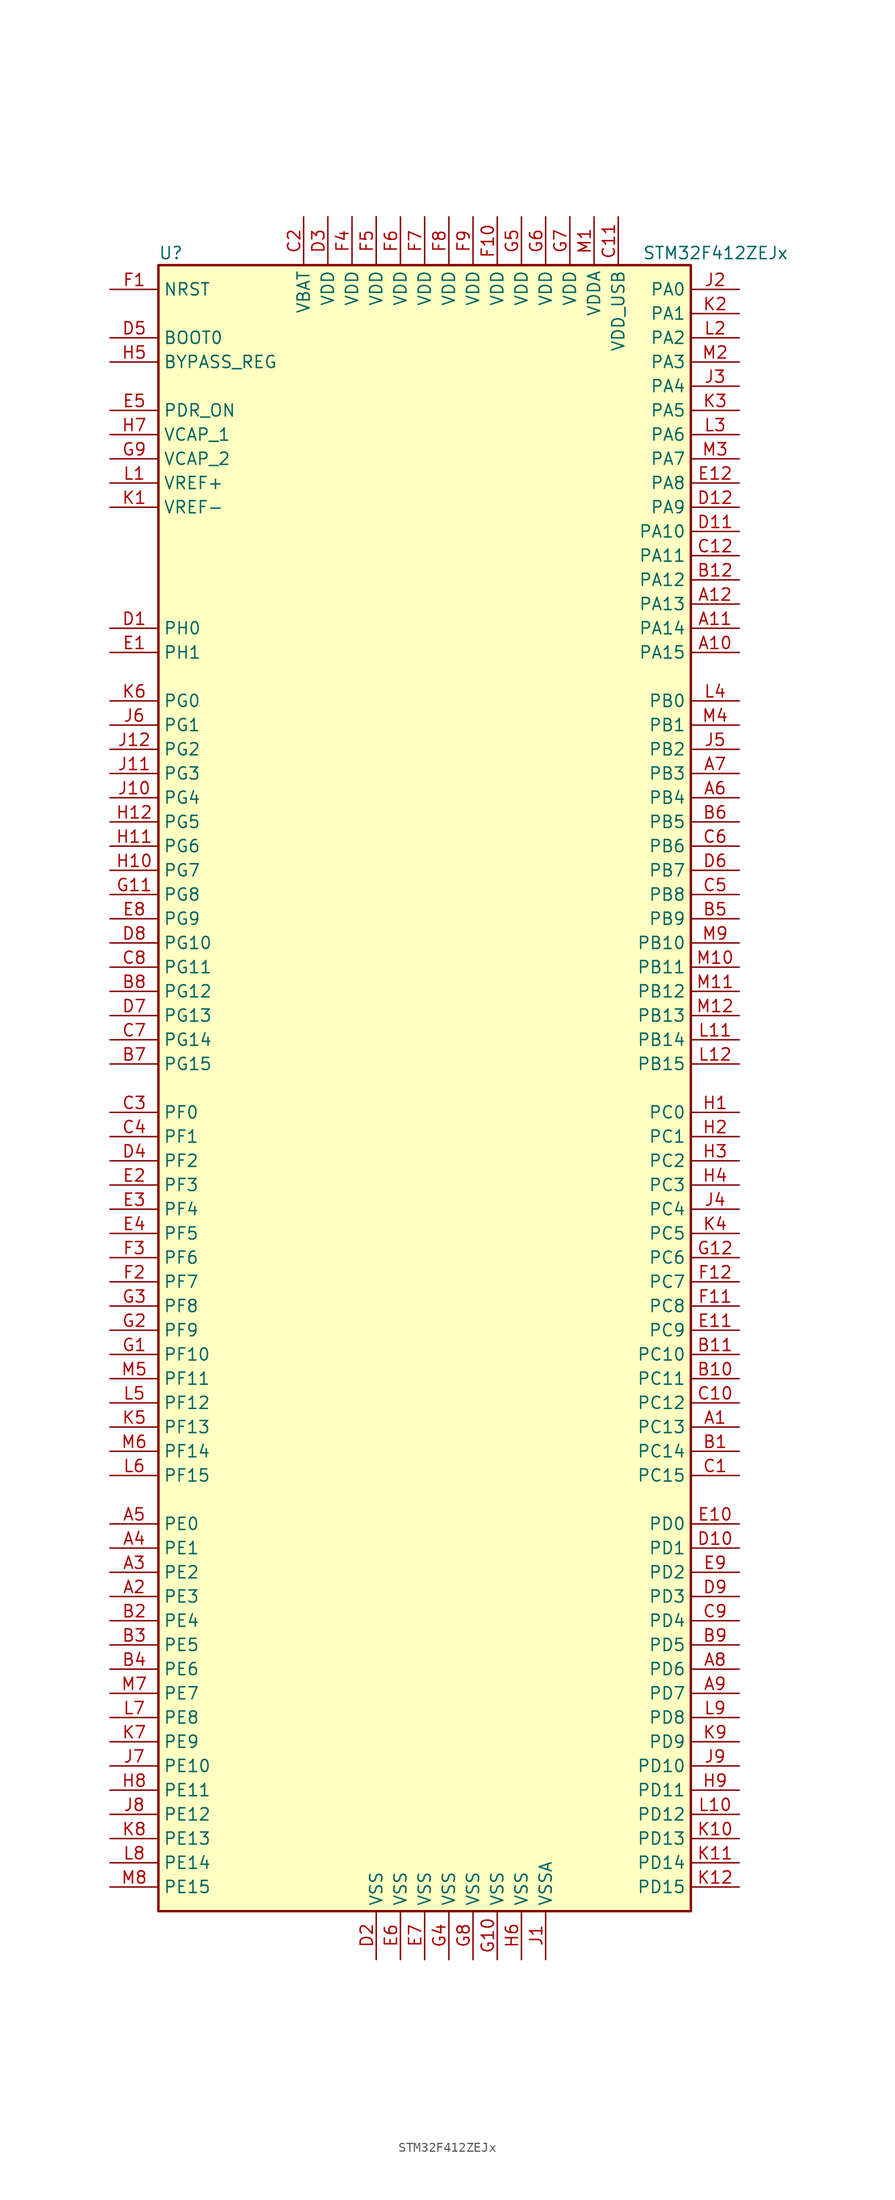
<source format=kicad_sym>
(kicad_symbol_lib
  (version 20220914)
  (generator kicad_symbol_editor)
  (symbol "STM32F412ZEJx"
    (property "Reference" "U"
      (at -27.94 87.63 0)
      (effects (font (size 1.27 1.27)) (justify left)))
    (property "Value" "STM32F412ZEJx"
      (at 22.86 87.63 0)
      (effects (font (size 1.27 1.27)) (justify left)))
    (symbol "STM32F412ZEJx_0_1"
      (rectangle (start -27.94 -86.36) (end 27.94 86.36) (stroke (width 0.254) (type default)) (fill (type background))))
    (symbol "STM32F412ZEJx_1_1"
      (pin bidirectional line (at 33.02 -35.56 180) (length 5.08) (name "PC13" (effects (font (size 1.27 1.27)))) (number "A1" (effects (font (size 1.27 1.27)))))
      (pin bidirectional line (at 33.02 45.72 180) (length 5.08) (name "PA15" (effects (font (size 1.27 1.27)))) (number "A10" (effects (font (size 1.27 1.27)))))
      (pin bidirectional line (at 33.02 48.26 180) (length 5.08) (name "PA14" (effects (font (size 1.27 1.27)))) (number "A11" (effects (font (size 1.27 1.27)))))
      (pin bidirectional line (at 33.02 50.8 180) (length 5.08) (name "PA13" (effects (font (size 1.27 1.27)))) (number "A12" (effects (font (size 1.27 1.27)))))
      (pin bidirectional line (at -33.02 -53.34 0) (length 5.08) (name "PE3" (effects (font (size 1.27 1.27)))) (number "A2" (effects (font (size 1.27 1.27)))))
      (pin bidirectional line (at -33.02 -50.8 0) (length 5.08) (name "PE2" (effects (font (size 1.27 1.27)))) (number "A3" (effects (font (size 1.27 1.27)))))
      (pin bidirectional line (at -33.02 -48.26 0) (length 5.08) (name "PE1" (effects (font (size 1.27 1.27)))) (number "A4" (effects (font (size 1.27 1.27)))))
      (pin bidirectional line (at -33.02 -45.72 0) (length 5.08) (name "PE0" (effects (font (size 1.27 1.27)))) (number "A5" (effects (font (size 1.27 1.27)))))
      (pin bidirectional line (at 33.02 30.48 180) (length 5.08) (name "PB4" (effects (font (size 1.27 1.27)))) (number "A6" (effects (font (size 1.27 1.27)))))
      (pin bidirectional line (at 33.02 33.02 180) (length 5.08) (name "PB3" (effects (font (size 1.27 1.27)))) (number "A7" (effects (font (size 1.27 1.27)))))
      (pin bidirectional line (at 33.02 -60.96 180) (length 5.08) (name "PD6" (effects (font (size 1.27 1.27)))) (number "A8" (effects (font (size 1.27 1.27)))))
      (pin bidirectional line (at 33.02 -63.5 180) (length 5.08) (name "PD7" (effects (font (size 1.27 1.27)))) (number "A9" (effects (font (size 1.27 1.27)))))
      (pin bidirectional line (at 33.02 -38.1 180) (length 5.08) (name "PC14" (effects (font (size 1.27 1.27)))) (number "B1" (effects (font (size 1.27 1.27)))))
      (pin bidirectional line (at 33.02 -30.48 180) (length 5.08) (name "PC11" (effects (font (size 1.27 1.27)))) (number "B10" (effects (font (size 1.27 1.27)))))
      (pin bidirectional line (at 33.02 -27.94 180) (length 5.08) (name "PC10" (effects (font (size 1.27 1.27)))) (number "B11" (effects (font (size 1.27 1.27)))))
      (pin bidirectional line (at 33.02 53.34 180) (length 5.08) (name "PA12" (effects (font (size 1.27 1.27)))) (number "B12" (effects (font (size 1.27 1.27)))))
      (pin bidirectional line (at -33.02 -55.88 0) (length 5.08) (name "PE4" (effects (font (size 1.27 1.27)))) (number "B2" (effects (font (size 1.27 1.27)))))
      (pin bidirectional line (at -33.02 -58.42 0) (length 5.08) (name "PE5" (effects (font (size 1.27 1.27)))) (number "B3" (effects (font (size 1.27 1.27)))))
      (pin bidirectional line (at -33.02 -60.96 0) (length 5.08) (name "PE6" (effects (font (size 1.27 1.27)))) (number "B4" (effects (font (size 1.27 1.27)))))
      (pin bidirectional line (at 33.02 17.78 180) (length 5.08) (name "PB9" (effects (font (size 1.27 1.27)))) (number "B5" (effects (font (size 1.27 1.27)))))
      (pin bidirectional line (at 33.02 27.94 180) (length 5.08) (name "PB5" (effects (font (size 1.27 1.27)))) (number "B6" (effects (font (size 1.27 1.27)))))
      (pin bidirectional line (at -33.02 2.54 0) (length 5.08) (name "PG15" (effects (font (size 1.27 1.27)))) (number "B7" (effects (font (size 1.27 1.27)))))
      (pin bidirectional line (at -33.02 10.16 0) (length 5.08) (name "PG12" (effects (font (size 1.27 1.27)))) (number "B8" (effects (font (size 1.27 1.27)))))
      (pin bidirectional line (at 33.02 -58.42 180) (length 5.08) (name "PD5" (effects (font (size 1.27 1.27)))) (number "B9" (effects (font (size 1.27 1.27)))))
      (pin bidirectional line (at 33.02 -40.64 180) (length 5.08) (name "PC15" (effects (font (size 1.27 1.27)))) (number "C1" (effects (font (size 1.27 1.27)))))
      (pin bidirectional line (at 33.02 -33.02 180) (length 5.08) (name "PC12" (effects (font (size 1.27 1.27)))) (number "C10" (effects (font (size 1.27 1.27)))))
      (pin power_in line (at 20.32 91.44 270) (length 5.08) (name "VDD_USB" (effects (font (size 1.27 1.27)))) (number "C11" (effects (font (size 1.27 1.27)))))
      (pin bidirectional line (at 33.02 55.88 180) (length 5.08) (name "PA11" (effects (font (size 1.27 1.27)))) (number "C12" (effects (font (size 1.27 1.27)))))
      (pin power_in line (at -12.7 91.44 270) (length 5.08) (name "VBAT" (effects (font (size 1.27 1.27)))) (number "C2" (effects (font (size 1.27 1.27)))))
      (pin bidirectional line (at -33.02 -2.54 0) (length 5.08) (name "PF0" (effects (font (size 1.27 1.27)))) (number "C3" (effects (font (size 1.27 1.27)))))
      (pin bidirectional line (at -33.02 -5.08 0) (length 5.08) (name "PF1" (effects (font (size 1.27 1.27)))) (number "C4" (effects (font (size 1.27 1.27)))))
      (pin bidirectional line (at 33.02 20.32 180) (length 5.08) (name "PB8" (effects (font (size 1.27 1.27)))) (number "C5" (effects (font (size 1.27 1.27)))))
      (pin bidirectional line (at 33.02 25.4 180) (length 5.08) (name "PB6" (effects (font (size 1.27 1.27)))) (number "C6" (effects (font (size 1.27 1.27)))))
      (pin bidirectional line (at -33.02 5.08 0) (length 5.08) (name "PG14" (effects (font (size 1.27 1.27)))) (number "C7" (effects (font (size 1.27 1.27)))))
      (pin bidirectional line (at -33.02 12.7 0) (length 5.08) (name "PG11" (effects (font (size 1.27 1.27)))) (number "C8" (effects (font (size 1.27 1.27)))))
      (pin bidirectional line (at 33.02 -55.88 180) (length 5.08) (name "PD4" (effects (font (size 1.27 1.27)))) (number "C9" (effects (font (size 1.27 1.27)))))
      (pin input line (at -33.02 48.26 0) (length 5.08) (name "PH0" (effects (font (size 1.27 1.27)))) (number "D1" (effects (font (size 1.27 1.27)))))
      (pin bidirectional line (at 33.02 -48.26 180) (length 5.08) (name "PD1" (effects (font (size 1.27 1.27)))) (number "D10" (effects (font (size 1.27 1.27)))))
      (pin bidirectional line (at 33.02 58.42 180) (length 5.08) (name "PA10" (effects (font (size 1.27 1.27)))) (number "D11" (effects (font (size 1.27 1.27)))))
      (pin bidirectional line (at 33.02 60.96 180) (length 5.08) (name "PA9" (effects (font (size 1.27 1.27)))) (number "D12" (effects (font (size 1.27 1.27)))))
      (pin power_in line (at -5.08 -91.44 90) (length 5.08) (name "VSS" (effects (font (size 1.27 1.27)))) (number "D2" (effects (font (size 1.27 1.27)))))
      (pin power_in line (at -10.16 91.44 270) (length 5.08) (name "VDD" (effects (font (size 1.27 1.27)))) (number "D3" (effects (font (size 1.27 1.27)))))
      (pin bidirectional line (at -33.02 -7.62 0) (length 5.08) (name "PF2" (effects (font (size 1.27 1.27)))) (number "D4" (effects (font (size 1.27 1.27)))))
      (pin input line (at -33.02 78.74 0) (length 5.08) (name "BOOT0" (effects (font (size 1.27 1.27)))) (number "D5" (effects (font (size 1.27 1.27)))))
      (pin bidirectional line (at 33.02 22.86 180) (length 5.08) (name "PB7" (effects (font (size 1.27 1.27)))) (number "D6" (effects (font (size 1.27 1.27)))))
      (pin bidirectional line (at -33.02 7.62 0) (length 5.08) (name "PG13" (effects (font (size 1.27 1.27)))) (number "D7" (effects (font (size 1.27 1.27)))))
      (pin bidirectional line (at -33.02 15.24 0) (length 5.08) (name "PG10" (effects (font (size 1.27 1.27)))) (number "D8" (effects (font (size 1.27 1.27)))))
      (pin bidirectional line (at 33.02 -53.34 180) (length 5.08) (name "PD3" (effects (font (size 1.27 1.27)))) (number "D9" (effects (font (size 1.27 1.27)))))
      (pin input line (at -33.02 45.72 0) (length 5.08) (name "PH1" (effects (font (size 1.27 1.27)))) (number "E1" (effects (font (size 1.27 1.27)))))
      (pin bidirectional line (at 33.02 -45.72 180) (length 5.08) (name "PD0" (effects (font (size 1.27 1.27)))) (number "E10" (effects (font (size 1.27 1.27)))))
      (pin bidirectional line (at 33.02 -25.4 180) (length 5.08) (name "PC9" (effects (font (size 1.27 1.27)))) (number "E11" (effects (font (size 1.27 1.27)))))
      (pin bidirectional line (at 33.02 63.5 180) (length 5.08) (name "PA8" (effects (font (size 1.27 1.27)))) (number "E12" (effects (font (size 1.27 1.27)))))
      (pin bidirectional line (at -33.02 -10.16 0) (length 5.08) (name "PF3" (effects (font (size 1.27 1.27)))) (number "E2" (effects (font (size 1.27 1.27)))))
      (pin bidirectional line (at -33.02 -12.7 0) (length 5.08) (name "PF4" (effects (font (size 1.27 1.27)))) (number "E3" (effects (font (size 1.27 1.27)))))
      (pin bidirectional line (at -33.02 -15.24 0) (length 5.08) (name "PF5" (effects (font (size 1.27 1.27)))) (number "E4" (effects (font (size 1.27 1.27)))))
      (pin power_in line (at -33.02 71.12 0) (length 5.08) (name "PDR_ON" (effects (font (size 1.27 1.27)))) (number "E5" (effects (font (size 1.27 1.27)))))
      (pin power_in line (at -2.54 -91.44 90) (length 5.08) (name "VSS" (effects (font (size 1.27 1.27)))) (number "E6" (effects (font (size 1.27 1.27)))))
      (pin power_in line (at 0 -91.44 90) (length 5.08) (name "VSS" (effects (font (size 1.27 1.27)))) (number "E7" (effects (font (size 1.27 1.27)))))
      (pin bidirectional line (at -33.02 17.78 0) (length 5.08) (name "PG9" (effects (font (size 1.27 1.27)))) (number "E8" (effects (font (size 1.27 1.27)))))
      (pin bidirectional line (at 33.02 -50.8 180) (length 5.08) (name "PD2" (effects (font (size 1.27 1.27)))) (number "E9" (effects (font (size 1.27 1.27)))))
      (pin input line (at -33.02 83.82 0) (length 5.08) (name "NRST" (effects (font (size 1.27 1.27)))) (number "F1" (effects (font (size 1.27 1.27)))))
      (pin power_in line (at 7.62 91.44 270) (length 5.08) (name "VDD" (effects (font (size 1.27 1.27)))) (number "F10" (effects (font (size 1.27 1.27)))))
      (pin bidirectional line (at 33.02 -22.86 180) (length 5.08) (name "PC8" (effects (font (size 1.27 1.27)))) (number "F11" (effects (font (size 1.27 1.27)))))
      (pin bidirectional line (at 33.02 -20.32 180) (length 5.08) (name "PC7" (effects (font (size 1.27 1.27)))) (number "F12" (effects (font (size 1.27 1.27)))))
      (pin bidirectional line (at -33.02 -20.32 0) (length 5.08) (name "PF7" (effects (font (size 1.27 1.27)))) (number "F2" (effects (font (size 1.27 1.27)))))
      (pin bidirectional line (at -33.02 -17.78 0) (length 5.08) (name "PF6" (effects (font (size 1.27 1.27)))) (number "F3" (effects (font (size 1.27 1.27)))))
      (pin power_in line (at -7.62 91.44 270) (length 5.08) (name "VDD" (effects (font (size 1.27 1.27)))) (number "F4" (effects (font (size 1.27 1.27)))))
      (pin power_in line (at -5.08 91.44 270) (length 5.08) (name "VDD" (effects (font (size 1.27 1.27)))) (number "F5" (effects (font (size 1.27 1.27)))))
      (pin power_in line (at -2.54 91.44 270) (length 5.08) (name "VDD" (effects (font (size 1.27 1.27)))) (number "F6" (effects (font (size 1.27 1.27)))))
      (pin power_in line (at 0 91.44 270) (length 5.08) (name "VDD" (effects (font (size 1.27 1.27)))) (number "F7" (effects (font (size 1.27 1.27)))))
      (pin power_in line (at 2.54 91.44 270) (length 5.08) (name "VDD" (effects (font (size 1.27 1.27)))) (number "F8" (effects (font (size 1.27 1.27)))))
      (pin power_in line (at 5.08 91.44 270) (length 5.08) (name "VDD" (effects (font (size 1.27 1.27)))) (number "F9" (effects (font (size 1.27 1.27)))))
      (pin bidirectional line (at -33.02 -27.94 0) (length 5.08) (name "PF10" (effects (font (size 1.27 1.27)))) (number "G1" (effects (font (size 1.27 1.27)))))
      (pin power_in line (at 7.62 -91.44 90) (length 5.08) (name "VSS" (effects (font (size 1.27 1.27)))) (number "G10" (effects (font (size 1.27 1.27)))))
      (pin bidirectional line (at -33.02 20.32 0) (length 5.08) (name "PG8" (effects (font (size 1.27 1.27)))) (number "G11" (effects (font (size 1.27 1.27)))))
      (pin bidirectional line (at 33.02 -17.78 180) (length 5.08) (name "PC6" (effects (font (size 1.27 1.27)))) (number "G12" (effects (font (size 1.27 1.27)))))
      (pin bidirectional line (at -33.02 -25.4 0) (length 5.08) (name "PF9" (effects (font (size 1.27 1.27)))) (number "G2" (effects (font (size 1.27 1.27)))))
      (pin bidirectional line (at -33.02 -22.86 0) (length 5.08) (name "PF8" (effects (font (size 1.27 1.27)))) (number "G3" (effects (font (size 1.27 1.27)))))
      (pin power_in line (at 2.54 -91.44 90) (length 5.08) (name "VSS" (effects (font (size 1.27 1.27)))) (number "G4" (effects (font (size 1.27 1.27)))))
      (pin power_in line (at 10.16 91.44 270) (length 5.08) (name "VDD" (effects (font (size 1.27 1.27)))) (number "G5" (effects (font (size 1.27 1.27)))))
      (pin power_in line (at 12.7 91.44 270) (length 5.08) (name "VDD" (effects (font (size 1.27 1.27)))) (number "G6" (effects (font (size 1.27 1.27)))))
      (pin power_in line (at 15.24 91.44 270) (length 5.08) (name "VDD" (effects (font (size 1.27 1.27)))) (number "G7" (effects (font (size 1.27 1.27)))))
      (pin power_in line (at 5.08 -91.44 90) (length 5.08) (name "VSS" (effects (font (size 1.27 1.27)))) (number "G8" (effects (font (size 1.27 1.27)))))
      (pin power_in line (at -33.02 66.04 0) (length 5.08) (name "VCAP_2" (effects (font (size 1.27 1.27)))) (number "G9" (effects (font (size 1.27 1.27)))))
      (pin bidirectional line (at 33.02 -2.54 180) (length 5.08) (name "PC0" (effects (font (size 1.27 1.27)))) (number "H1" (effects (font (size 1.27 1.27)))))
      (pin bidirectional line (at -33.02 22.86 0) (length 5.08) (name "PG7" (effects (font (size 1.27 1.27)))) (number "H10" (effects (font (size 1.27 1.27)))))
      (pin bidirectional line (at -33.02 25.4 0) (length 5.08) (name "PG6" (effects (font (size 1.27 1.27)))) (number "H11" (effects (font (size 1.27 1.27)))))
      (pin bidirectional line (at -33.02 27.94 0) (length 5.08) (name "PG5" (effects (font (size 1.27 1.27)))) (number "H12" (effects (font (size 1.27 1.27)))))
      (pin bidirectional line (at 33.02 -5.08 180) (length 5.08) (name "PC1" (effects (font (size 1.27 1.27)))) (number "H2" (effects (font (size 1.27 1.27)))))
      (pin bidirectional line (at 33.02 -7.62 180) (length 5.08) (name "PC2" (effects (font (size 1.27 1.27)))) (number "H3" (effects (font (size 1.27 1.27)))))
      (pin bidirectional line (at 33.02 -10.16 180) (length 5.08) (name "PC3" (effects (font (size 1.27 1.27)))) (number "H4" (effects (font (size 1.27 1.27)))))
      (pin input line (at -33.02 76.2 0) (length 5.08) (name "BYPASS_REG" (effects (font (size 1.27 1.27)))) (number "H5" (effects (font (size 1.27 1.27)))))
      (pin power_in line (at 10.16 -91.44 90) (length 5.08) (name "VSS" (effects (font (size 1.27 1.27)))) (number "H6" (effects (font (size 1.27 1.27)))))
      (pin power_in line (at -33.02 68.58 0) (length 5.08) (name "VCAP_1" (effects (font (size 1.27 1.27)))) (number "H7" (effects (font (size 1.27 1.27)))))
      (pin bidirectional line (at -33.02 -73.66 0) (length 5.08) (name "PE11" (effects (font (size 1.27 1.27)))) (number "H8" (effects (font (size 1.27 1.27)))))
      (pin bidirectional line (at 33.02 -73.66 180) (length 5.08) (name "PD11" (effects (font (size 1.27 1.27)))) (number "H9" (effects (font (size 1.27 1.27)))))
      (pin power_in line (at 12.7 -91.44 90) (length 5.08) (name "VSSA" (effects (font (size 1.27 1.27)))) (number "J1" (effects (font (size 1.27 1.27)))))
      (pin bidirectional line (at -33.02 30.48 0) (length 5.08) (name "PG4" (effects (font (size 1.27 1.27)))) (number "J10" (effects (font (size 1.27 1.27)))))
      (pin bidirectional line (at -33.02 33.02 0) (length 5.08) (name "PG3" (effects (font (size 1.27 1.27)))) (number "J11" (effects (font (size 1.27 1.27)))))
      (pin bidirectional line (at -33.02 35.56 0) (length 5.08) (name "PG2" (effects (font (size 1.27 1.27)))) (number "J12" (effects (font (size 1.27 1.27)))))
      (pin bidirectional line (at 33.02 83.82 180) (length 5.08) (name "PA0" (effects (font (size 1.27 1.27)))) (number "J2" (effects (font (size 1.27 1.27)))))
      (pin bidirectional line (at 33.02 73.66 180) (length 5.08) (name "PA4" (effects (font (size 1.27 1.27)))) (number "J3" (effects (font (size 1.27 1.27)))))
      (pin bidirectional line (at 33.02 -12.7 180) (length 5.08) (name "PC4" (effects (font (size 1.27 1.27)))) (number "J4" (effects (font (size 1.27 1.27)))))
      (pin bidirectional line (at 33.02 35.56 180) (length 5.08) (name "PB2" (effects (font (size 1.27 1.27)))) (number "J5" (effects (font (size 1.27 1.27)))))
      (pin bidirectional line (at -33.02 38.1 0) (length 5.08) (name "PG1" (effects (font (size 1.27 1.27)))) (number "J6" (effects (font (size 1.27 1.27)))))
      (pin bidirectional line (at -33.02 -71.12 0) (length 5.08) (name "PE10" (effects (font (size 1.27 1.27)))) (number "J7" (effects (font (size 1.27 1.27)))))
      (pin bidirectional line (at -33.02 -76.2 0) (length 5.08) (name "PE12" (effects (font (size 1.27 1.27)))) (number "J8" (effects (font (size 1.27 1.27)))))
      (pin bidirectional line (at 33.02 -71.12 180) (length 5.08) (name "PD10" (effects (font (size 1.27 1.27)))) (number "J9" (effects (font (size 1.27 1.27)))))
      (pin power_in line (at -33.02 60.96 0) (length 5.08) (name "VREF-" (effects (font (size 1.27 1.27)))) (number "K1" (effects (font (size 1.27 1.27)))))
      (pin bidirectional line (at 33.02 -78.74 180) (length 5.08) (name "PD13" (effects (font (size 1.27 1.27)))) (number "K10" (effects (font (size 1.27 1.27)))))
      (pin bidirectional line (at 33.02 -81.28 180) (length 5.08) (name "PD14" (effects (font (size 1.27 1.27)))) (number "K11" (effects (font (size 1.27 1.27)))))
      (pin bidirectional line (at 33.02 -83.82 180) (length 5.08) (name "PD15" (effects (font (size 1.27 1.27)))) (number "K12" (effects (font (size 1.27 1.27)))))
      (pin bidirectional line (at 33.02 81.28 180) (length 5.08) (name "PA1" (effects (font (size 1.27 1.27)))) (number "K2" (effects (font (size 1.27 1.27)))))
      (pin bidirectional line (at 33.02 71.12 180) (length 5.08) (name "PA5" (effects (font (size 1.27 1.27)))) (number "K3" (effects (font (size 1.27 1.27)))))
      (pin bidirectional line (at 33.02 -15.24 180) (length 5.08) (name "PC5" (effects (font (size 1.27 1.27)))) (number "K4" (effects (font (size 1.27 1.27)))))
      (pin bidirectional line (at -33.02 -35.56 0) (length 5.08) (name "PF13" (effects (font (size 1.27 1.27)))) (number "K5" (effects (font (size 1.27 1.27)))))
      (pin bidirectional line (at -33.02 40.64 0) (length 5.08) (name "PG0" (effects (font (size 1.27 1.27)))) (number "K6" (effects (font (size 1.27 1.27)))))
      (pin bidirectional line (at -33.02 -68.58 0) (length 5.08) (name "PE9" (effects (font (size 1.27 1.27)))) (number "K7" (effects (font (size 1.27 1.27)))))
      (pin bidirectional line (at -33.02 -78.74 0) (length 5.08) (name "PE13" (effects (font (size 1.27 1.27)))) (number "K8" (effects (font (size 1.27 1.27)))))
      (pin bidirectional line (at 33.02 -68.58 180) (length 5.08) (name "PD9" (effects (font (size 1.27 1.27)))) (number "K9" (effects (font (size 1.27 1.27)))))
      (pin power_in line (at -33.02 63.5 0) (length 5.08) (name "VREF+" (effects (font (size 1.27 1.27)))) (number "L1" (effects (font (size 1.27 1.27)))))
      (pin bidirectional line (at 33.02 -76.2 180) (length 5.08) (name "PD12" (effects (font (size 1.27 1.27)))) (number "L10" (effects (font (size 1.27 1.27)))))
      (pin bidirectional line (at 33.02 5.08 180) (length 5.08) (name "PB14" (effects (font (size 1.27 1.27)))) (number "L11" (effects (font (size 1.27 1.27)))))
      (pin bidirectional line (at 33.02 2.54 180) (length 5.08) (name "PB15" (effects (font (size 1.27 1.27)))) (number "L12" (effects (font (size 1.27 1.27)))))
      (pin bidirectional line (at 33.02 78.74 180) (length 5.08) (name "PA2" (effects (font (size 1.27 1.27)))) (number "L2" (effects (font (size 1.27 1.27)))))
      (pin bidirectional line (at 33.02 68.58 180) (length 5.08) (name "PA6" (effects (font (size 1.27 1.27)))) (number "L3" (effects (font (size 1.27 1.27)))))
      (pin bidirectional line (at 33.02 40.64 180) (length 5.08) (name "PB0" (effects (font (size 1.27 1.27)))) (number "L4" (effects (font (size 1.27 1.27)))))
      (pin bidirectional line (at -33.02 -33.02 0) (length 5.08) (name "PF12" (effects (font (size 1.27 1.27)))) (number "L5" (effects (font (size 1.27 1.27)))))
      (pin bidirectional line (at -33.02 -40.64 0) (length 5.08) (name "PF15" (effects (font (size 1.27 1.27)))) (number "L6" (effects (font (size 1.27 1.27)))))
      (pin bidirectional line (at -33.02 -66.04 0) (length 5.08) (name "PE8" (effects (font (size 1.27 1.27)))) (number "L7" (effects (font (size 1.27 1.27)))))
      (pin bidirectional line (at -33.02 -81.28 0) (length 5.08) (name "PE14" (effects (font (size 1.27 1.27)))) (number "L8" (effects (font (size 1.27 1.27)))))
      (pin bidirectional line (at 33.02 -66.04 180) (length 5.08) (name "PD8" (effects (font (size 1.27 1.27)))) (number "L9" (effects (font (size 1.27 1.27)))))
      (pin power_in line (at 17.78 91.44 270) (length 5.08) (name "VDDA" (effects (font (size 1.27 1.27)))) (number "M1" (effects (font (size 1.27 1.27)))))
      (pin bidirectional line (at 33.02 12.7 180) (length 5.08) (name "PB11" (effects (font (size 1.27 1.27)))) (number "M10" (effects (font (size 1.27 1.27)))))
      (pin bidirectional line (at 33.02 10.16 180) (length 5.08) (name "PB12" (effects (font (size 1.27 1.27)))) (number "M11" (effects (font (size 1.27 1.27)))))
      (pin bidirectional line (at 33.02 7.62 180) (length 5.08) (name "PB13" (effects (font (size 1.27 1.27)))) (number "M12" (effects (font (size 1.27 1.27)))))
      (pin bidirectional line (at 33.02 76.2 180) (length 5.08) (name "PA3" (effects (font (size 1.27 1.27)))) (number "M2" (effects (font (size 1.27 1.27)))))
      (pin bidirectional line (at 33.02 66.04 180) (length 5.08) (name "PA7" (effects (font (size 1.27 1.27)))) (number "M3" (effects (font (size 1.27 1.27)))))
      (pin bidirectional line (at 33.02 38.1 180) (length 5.08) (name "PB1" (effects (font (size 1.27 1.27)))) (number "M4" (effects (font (size 1.27 1.27)))))
      (pin bidirectional line (at -33.02 -30.48 0) (length 5.08) (name "PF11" (effects (font (size 1.27 1.27)))) (number "M5" (effects (font (size 1.27 1.27)))))
      (pin bidirectional line (at -33.02 -38.1 0) (length 5.08) (name "PF14" (effects (font (size 1.27 1.27)))) (number "M6" (effects (font (size 1.27 1.27)))))
      (pin bidirectional line (at -33.02 -63.5 0) (length 5.08) (name "PE7" (effects (font (size 1.27 1.27)))) (number "M7" (effects (font (size 1.27 1.27)))))
      (pin bidirectional line (at -33.02 -83.82 0) (length 5.08) (name "PE15" (effects (font (size 1.27 1.27)))) (number "M8" (effects (font (size 1.27 1.27)))))
      (pin bidirectional line (at 33.02 15.24 180) (length 5.08) (name "PB10" (effects (font (size 1.27 1.27)))) (number "M9" (effects (font (size 1.27 1.27))))))))
</source>
